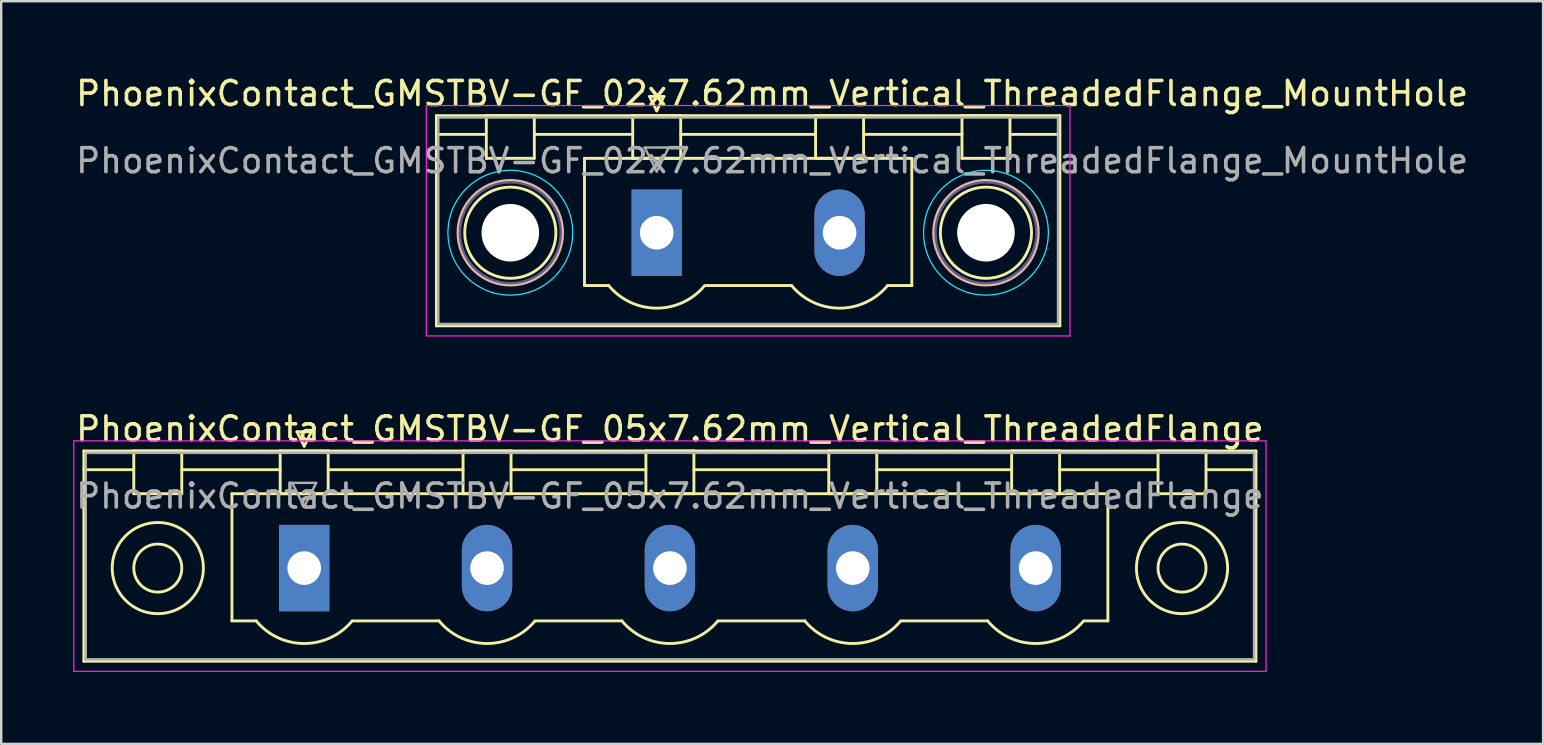
<source format=kicad_pcb>
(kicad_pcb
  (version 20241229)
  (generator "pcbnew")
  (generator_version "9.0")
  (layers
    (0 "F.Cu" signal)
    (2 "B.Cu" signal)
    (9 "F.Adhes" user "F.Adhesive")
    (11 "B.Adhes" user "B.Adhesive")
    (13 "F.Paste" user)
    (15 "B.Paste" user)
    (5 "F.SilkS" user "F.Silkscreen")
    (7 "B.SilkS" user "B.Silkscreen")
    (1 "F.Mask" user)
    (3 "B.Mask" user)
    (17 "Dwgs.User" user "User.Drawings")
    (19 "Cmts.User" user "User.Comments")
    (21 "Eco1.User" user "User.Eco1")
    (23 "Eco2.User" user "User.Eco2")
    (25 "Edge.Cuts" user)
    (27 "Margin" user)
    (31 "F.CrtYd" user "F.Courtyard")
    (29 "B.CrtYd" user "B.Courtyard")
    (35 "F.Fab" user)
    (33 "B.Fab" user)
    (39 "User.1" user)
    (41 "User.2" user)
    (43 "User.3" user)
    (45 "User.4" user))
  (footprint "PhoenixContact_GMSTBV-GF_05x7.62mm_Vertical_ThreadedFlange"
    (layer "F.Cu")
    (at 9.625 20.622)
    (property "Reference" "PhoenixContact_GMSTBV-GF_05x7.62mm_Vertical_ThreadedFlange" (at 15.24 -5.8 0) (layer "F.SilkS") (effects (font (size 1 1) (thickness 0.15))))
    (attr through_hole)
    (fp_line (start -9.18 -4.88) (end -9.18 3.88) (stroke (width 0.12) (type solid)) (layer "F.SilkS"))
    (fp_line (start -9.18 -4.1) (end -7.18 -4.1) (stroke (width 0.12) (type solid)) (layer "F.SilkS"))
    (fp_line (start -9.18 3.88) (end 39.66 3.88) (stroke (width 0.12) (type solid)) (layer "F.SilkS"))
    (fp_line (start -7.1 -4.88) (end -5.1 -4.88) (stroke (width 0.12) (type solid)) (layer "F.SilkS"))
    (fp_line (start -7.1 -3.1) (end -7.1 -4.88) (stroke (width 0.12) (type solid)) (layer "F.SilkS"))
    (fp_line (start -5.1 -4.88) (end -5.1 -3.1) (stroke (width 0.12) (type solid)) (layer "F.SilkS"))
    (fp_line (start -5.1 -4.1) (end -1 -4.1) (stroke (width 0.12) (type solid)) (layer "F.SilkS"))
    (fp_line (start -5.1 -3.1) (end -7.1 -3.1) (stroke (width 0.12) (type solid)) (layer "F.SilkS"))
    (fp_line (start -3.01 -3.1) (end 33.49 -3.1) (stroke (width 0.12) (type solid)) (layer "F.SilkS"))
    (fp_line (start -3.01 2.2) (end -3.01 -3.1) (stroke (width 0.12) (type solid)) (layer "F.SilkS"))
    (fp_line (start -2 2.2) (end -3.01 2.2) (stroke (width 0.12) (type solid)) (layer "F.SilkS"))
    (fp_line (start -1 -4.88) (end 1 -4.88) (stroke (width 0.12) (type solid)) (layer "F.SilkS"))
    (fp_line (start -1 -3.1) (end -1 -4.88) (stroke (width 0.12) (type solid)) (layer "F.SilkS"))
    (fp_line (start -0.3 -5.68) (end 0.3 -5.68) (stroke (width 0.12) (type solid)) (layer "F.SilkS"))
    (fp_line (start 0 -5.08) (end -0.3 -5.68) (stroke (width 0.12) (type solid)) (layer "F.SilkS"))
    (fp_line (start 0.3 -5.68) (end 0 -5.08) (stroke (width 0.12) (type solid)) (layer "F.SilkS"))
    (fp_line (start 1 -4.88) (end 1 -3.1) (stroke (width 0.12) (type solid)) (layer "F.SilkS"))
    (fp_line (start 1 -4.1) (end 6.62 -4.1) (stroke (width 0.12) (type solid)) (layer "F.SilkS"))
    (fp_line (start 1 -3.1) (end -1 -3.1) (stroke (width 0.12) (type solid)) (layer "F.SilkS"))
    (fp_line (start 2 2.2) (end 5.62 2.2) (stroke (width 0.12) (type solid)) (layer "F.SilkS"))
    (fp_line (start 6.62 -4.88) (end 8.62 -4.88) (stroke (width 0.12) (type solid)) (layer "F.SilkS"))
    (fp_line (start 6.62 -3.1) (end 6.62 -4.88) (stroke (width 0.12) (type solid)) (layer "F.SilkS"))
    (fp_line (start 8.62 -4.88) (end 8.62 -3.1) (stroke (width 0.12) (type solid)) (layer "F.SilkS"))
    (fp_line (start 8.62 -4.1) (end 14.24 -4.1) (stroke (width 0.12) (type solid)) (layer "F.SilkS"))
    (fp_line (start 8.62 -3.1) (end 6.62 -3.1) (stroke (width 0.12) (type solid)) (layer "F.SilkS"))
    (fp_line (start 9.62 2.2) (end 13.24 2.2) (stroke (width 0.12) (type solid)) (layer "F.SilkS"))
    (fp_line (start 14.24 -4.88) (end 16.24 -4.88) (stroke (width 0.12) (type solid)) (layer "F.SilkS"))
    (fp_line (start 14.24 -3.1) (end 14.24 -4.88) (stroke (width 0.12) (type solid)) (layer "F.SilkS"))
    (fp_line (start 16.24 -4.88) (end 16.24 -3.1) (stroke (width 0.12) (type solid)) (layer "F.SilkS"))
    (fp_line (start 16.24 -4.1) (end 21.86 -4.1) (stroke (width 0.12) (type solid)) (layer "F.SilkS"))
    (fp_line (start 16.24 -3.1) (end 14.24 -3.1) (stroke (width 0.12) (type solid)) (layer "F.SilkS"))
    (fp_line (start 17.24 2.2) (end 20.86 2.2) (stroke (width 0.12) (type solid)) (layer "F.SilkS"))
    (fp_line (start 21.86 -4.88) (end 23.86 -4.88) (stroke (width 0.12) (type solid)) (layer "F.SilkS"))
    (fp_line (start 21.86 -3.1) (end 21.86 -4.88) (stroke (width 0.12) (type solid)) (layer "F.SilkS"))
    (fp_line (start 23.86 -4.88) (end 23.86 -3.1) (stroke (width 0.12) (type solid)) (layer "F.SilkS"))
    (fp_line (start 23.86 -4.1) (end 29.48 -4.1) (stroke (width 0.12) (type solid)) (layer "F.SilkS"))
    (fp_line (start 23.86 -3.1) (end 21.86 -3.1) (stroke (width 0.12) (type solid)) (layer "F.SilkS"))
    (fp_line (start 24.86 2.2) (end 28.48 2.2) (stroke (width 0.12) (type solid)) (layer "F.SilkS"))
    (fp_line (start 29.48 -4.88) (end 31.48 -4.88) (stroke (width 0.12) (type solid)) (layer "F.SilkS"))
    (fp_line (start 29.48 -3.1) (end 29.48 -4.88) (stroke (width 0.12) (type solid)) (layer "F.SilkS"))
    (fp_line (start 31.48 -4.88) (end 31.48 -3.1) (stroke (width 0.12) (type solid)) (layer "F.SilkS"))
    (fp_line (start 31.48 -4.1) (end 35.58 -4.1) (stroke (width 0.12) (type solid)) (layer "F.SilkS"))
    (fp_line (start 31.48 -3.1) (end 29.48 -3.1) (stroke (width 0.12) (type solid)) (layer "F.SilkS"))
    (fp_line (start 33.49 -3.1) (end 33.49 2.2) (stroke (width 0.12) (type solid)) (layer "F.SilkS"))
    (fp_line (start 33.49 2.2) (end 32.48 2.2) (stroke (width 0.12) (type solid)) (layer "F.SilkS"))
    (fp_line (start 35.58 -4.88) (end 37.58 -4.88) (stroke (width 0.12) (type solid)) (layer "F.SilkS"))
    (fp_line (start 35.58 -3.1) (end 35.58 -4.88) (stroke (width 0.12) (type solid)) (layer "F.SilkS"))
    (fp_line (start 37.58 -4.88) (end 37.58 -3.1) (stroke (width 0.12) (type solid)) (layer "F.SilkS"))
    (fp_line (start 37.58 -3.1) (end 35.58 -3.1) (stroke (width 0.12) (type solid)) (layer "F.SilkS"))
    (fp_line (start 39.66 -4.88) (end -9.18 -4.88) (stroke (width 0.12) (type solid)) (layer "F.SilkS"))
    (fp_line (start 39.66 -4.1) (end 37.66 -4.1) (stroke (width 0.12) (type solid)) (layer "F.SilkS"))
    (fp_line (start 39.66 3.88) (end 39.66 -4.88) (stroke (width 0.12) (type solid)) (layer "F.SilkS"))
    (fp_arc (start 1.986842 2.215821) (mid -0.010289 3.142758) (end -2 2.2) (stroke (width 0.12) (type solid)) (layer "F.SilkS"))
    (fp_arc (start 9.606842 2.215821) (mid 7.609711 3.142758) (end 5.62 2.2) (stroke (width 0.12) (type solid)) (layer "F.SilkS"))
    (fp_arc (start 17.226842 2.215821) (mid 15.229711 3.142758) (end 13.24 2.2) (stroke (width 0.12) (type solid)) (layer "F.SilkS"))
    (fp_arc (start 24.846842 2.215821) (mid 22.849711 3.142758) (end 20.86 2.2) (stroke (width 0.12) (type solid)) (layer "F.SilkS"))
    (fp_arc (start 32.466842 2.215821) (mid 30.469711 3.142758) (end 28.48 2.2) (stroke (width 0.12) (type solid)) (layer "F.SilkS"))
    (fp_circle (center -6.1 0) (end -5.1 0) (stroke (width 0.12) (type solid)) (fill no) (layer "F.SilkS"))
    (fp_circle (center -6.1 0) (end -4.2 0) (stroke (width 0.12) (type solid)) (fill no) (layer "F.SilkS"))
    (fp_circle (center 36.58 0) (end 37.58 0) (stroke (width 0.12) (type solid)) (fill no) (layer "F.SilkS"))
    (fp_circle (center 36.58 0) (end 38.48 0) (stroke (width 0.12) (type solid)) (fill no) (layer "F.SilkS"))
    (fp_line (start -9.6 -5.3) (end -9.6 4.3) (stroke (width 0.05) (type solid)) (layer "F.CrtYd"))
    (fp_line (start -9.6 4.3) (end 40.08 4.3) (stroke (width 0.05) (type solid)) (layer "F.CrtYd"))
    (fp_line (start 40.08 -5.3) (end -9.6 -5.3) (stroke (width 0.05) (type solid)) (layer "F.CrtYd"))
    (fp_line (start 40.08 4.3) (end 40.08 -5.3) (stroke (width 0.05) (type solid)) (layer "F.CrtYd"))
    (fp_line (start -9.1 -4.8) (end -9.1 3.8) (stroke (width 0.1) (type solid)) (layer "F.Fab"))
    (fp_line (start -9.1 3.8) (end 39.58 3.8) (stroke (width 0.1) (type solid)) (layer "F.Fab"))
    (fp_line (start -0.5 -3.55) (end 0.5 -3.55) (stroke (width 0.1) (type solid)) (layer "F.Fab"))
    (fp_line (start 0 -2.55) (end -0.5 -3.55) (stroke (width 0.1) (type solid)) (layer "F.Fab"))
    (fp_line (start 0.5 -3.55) (end 0 -2.55) (stroke (width 0.1) (type solid)) (layer "F.Fab"))
    (fp_line (start 39.58 -4.8) (end -9.1 -4.8) (stroke (width 0.1) (type solid)) (layer "F.Fab"))
    (fp_line (start 39.58 3.8) (end 39.58 -4.8) (stroke (width 0.1) (type solid)) (layer "F.Fab"))
    (fp_text user "${REFERENCE}" (at 15.24 -3 0) (layer "F.Fab") (effects (font (size 1 1) (thickness 0.15))))
    (pad "1" thru_hole rect (at 0 0) (size 2.1 3.6) (drill 1.4) (layers "*.Cu" "*.Mask"))
    (pad "2" thru_hole oval (at 7.62 0) (size 2.1 3.6) (drill 1.4) (layers "*.Cu" "*.Mask"))
    (pad "3" thru_hole oval (at 15.24 0) (size 2.1 3.6) (drill 1.4) (layers "*.Cu" "*.Mask"))
    (pad "4" thru_hole oval (at 22.86 0) (size 2.1 3.6) (drill 1.4) (layers "*.Cu" "*.Mask"))
    (pad "5" thru_hole oval (at 30.48 0) (size 2.1 3.6) (drill 1.4) (layers "*.Cu" "*.Mask")))
  (footprint "PhoenixContact_GMSTBV-GF_02x7.62mm_Vertical_ThreadedFlange_MountHole"
    (layer "F.Cu")
    (at 24.315 6.648)
    (property "Reference" "PhoenixContact_GMSTBV-GF_02x7.62mm_Vertical_ThreadedFlange_MountHole" (at 4.81 -5.8 0) (layer "F.SilkS") (effects (font (size 1 1) (thickness 0.15))))
    (attr through_hole)
    (fp_line (start -9.18 -4.88) (end -9.18 3.88) (stroke (width 0.12) (type solid)) (layer "F.SilkS"))
    (fp_line (start -9.18 -4.1) (end -7.18 -4.1) (stroke (width 0.12) (type solid)) (layer "F.SilkS"))
    (fp_line (start -9.18 3.88) (end 16.8 3.88) (stroke (width 0.12) (type solid)) (layer "F.SilkS"))
    (fp_line (start -7.1 -4.88) (end -5.1 -4.88) (stroke (width 0.12) (type solid)) (layer "F.SilkS"))
    (fp_line (start -7.1 -3.1) (end -7.1 -4.88) (stroke (width 0.12) (type solid)) (layer "F.SilkS"))
    (fp_line (start -5.1 -4.88) (end -5.1 -3.1) (stroke (width 0.12) (type solid)) (layer "F.SilkS"))
    (fp_line (start -5.1 -4.1) (end -1 -4.1) (stroke (width 0.12) (type solid)) (layer "F.SilkS"))
    (fp_line (start -5.1 -3.1) (end -7.1 -3.1) (stroke (width 0.12) (type solid)) (layer "F.SilkS"))
    (fp_line (start -3.01 -3.1) (end 10.63 -3.1) (stroke (width 0.12) (type solid)) (layer "F.SilkS"))
    (fp_line (start -3.01 2.2) (end -3.01 -3.1) (stroke (width 0.12) (type solid)) (layer "F.SilkS"))
    (fp_line (start -2 2.2) (end -3.01 2.2) (stroke (width 0.12) (type solid)) (layer "F.SilkS"))
    (fp_line (start -1 -4.88) (end 1 -4.88) (stroke (width 0.12) (type solid)) (layer "F.SilkS"))
    (fp_line (start -1 -3.1) (end -1 -4.88) (stroke (width 0.12) (type solid)) (layer "F.SilkS"))
    (fp_line (start -0.3 -5.68) (end 0.3 -5.68) (stroke (width 0.12) (type solid)) (layer "F.SilkS"))
    (fp_line (start 0 -5.08) (end -0.3 -5.68) (stroke (width 0.12) (type solid)) (layer "F.SilkS"))
    (fp_line (start 0.3 -5.68) (end 0 -5.08) (stroke (width 0.12) (type solid)) (layer "F.SilkS"))
    (fp_line (start 1 -4.88) (end 1 -3.1) (stroke (width 0.12) (type solid)) (layer "F.SilkS"))
    (fp_line (start 1 -4.1) (end 6.62 -4.1) (stroke (width 0.12) (type solid)) (layer "F.SilkS"))
    (fp_line (start 1 -3.1) (end -1 -3.1) (stroke (width 0.12) (type solid)) (layer "F.SilkS"))
    (fp_line (start 2 2.2) (end 5.62 2.2) (stroke (width 0.12) (type solid)) (layer "F.SilkS"))
    (fp_line (start 6.62 -4.88) (end 8.62 -4.88) (stroke (width 0.12) (type solid)) (layer "F.SilkS"))
    (fp_line (start 6.62 -3.1) (end 6.62 -4.88) (stroke (width 0.12) (type solid)) (layer "F.SilkS"))
    (fp_line (start 8.62 -4.88) (end 8.62 -3.1) (stroke (width 0.12) (type solid)) (layer "F.SilkS"))
    (fp_line (start 8.62 -4.1) (end 12.72 -4.1) (stroke (width 0.12) (type solid)) (layer "F.SilkS"))
    (fp_line (start 8.62 -3.1) (end 6.62 -3.1) (stroke (width 0.12) (type solid)) (layer "F.SilkS"))
    (fp_line (start 10.63 -3.1) (end 10.63 2.2) (stroke (width 0.12) (type solid)) (layer "F.SilkS"))
    (fp_line (start 10.63 2.2) (end 9.62 2.2) (stroke (width 0.12) (type solid)) (layer "F.SilkS"))
    (fp_line (start 12.72 -4.88) (end 14.72 -4.88) (stroke (width 0.12) (type solid)) (layer "F.SilkS"))
    (fp_line (start 12.72 -3.1) (end 12.72 -4.88) (stroke (width 0.12) (type solid)) (layer "F.SilkS"))
    (fp_line (start 14.72 -4.88) (end 14.72 -3.1) (stroke (width 0.12) (type solid)) (layer "F.SilkS"))
    (fp_line (start 14.72 -3.1) (end 12.72 -3.1) (stroke (width 0.12) (type solid)) (layer "F.SilkS"))
    (fp_line (start 16.8 -4.88) (end -9.18 -4.88) (stroke (width 0.12) (type solid)) (layer "F.SilkS"))
    (fp_line (start 16.8 -4.1) (end 14.8 -4.1) (stroke (width 0.12) (type solid)) (layer "F.SilkS"))
    (fp_line (start 16.8 3.88) (end 16.8 -4.88) (stroke (width 0.12) (type solid)) (layer "F.SilkS"))
    (fp_arc (start 1.986842 2.215821) (mid -0.010289 3.142758) (end -2 2.2) (stroke (width 0.12) (type solid)) (layer "F.SilkS"))
    (fp_arc (start 9.606842 2.215821) (mid 7.609711 3.142758) (end 5.62 2.2) (stroke (width 0.12) (type solid)) (layer "F.SilkS"))
    (fp_circle (center -6.1 0) (end -4.2 0) (stroke (width 0.12) (type solid)) (fill no) (layer "F.SilkS"))
    (fp_circle (center 13.72 0) (end 15.62 0) (stroke (width 0.12) (type solid)) (fill no) (layer "F.SilkS"))
    (fp_circle (center -6.1 0) (end -3.92 0) (stroke (width 0.12) (type solid)) (fill no) (layer "B.SilkS"))
    (fp_circle (center 13.72 0) (end 15.9 0) (stroke (width 0.12) (type solid)) (fill no) (layer "B.SilkS"))
    (fp_circle (center -6.1 0) (end -3.5 0) (stroke (width 0.05) (type solid)) (fill no) (layer "B.CrtYd"))
    (fp_circle (center 13.72 0) (end 16.32 0) (stroke (width 0.05) (type solid)) (fill no) (layer "B.CrtYd"))
    (fp_line (start -9.6 -5.3) (end -9.6 4.3) (stroke (width 0.05) (type solid)) (layer "F.CrtYd"))
    (fp_line (start -9.6 4.3) (end 17.22 4.3) (stroke (width 0.05) (type solid)) (layer "F.CrtYd"))
    (fp_line (start 17.22 -5.3) (end -9.6 -5.3) (stroke (width 0.05) (type solid)) (layer "F.CrtYd"))
    (fp_line (start 17.22 4.3) (end 17.22 -5.3) (stroke (width 0.05) (type solid)) (layer "F.CrtYd"))
    (fp_circle (center -6.1 0) (end -4 0) (stroke (width 0.1) (type solid)) (fill no) (layer "B.Fab"))
    (fp_circle (center 13.72 0) (end 15.82 0) (stroke (width 0.1) (type solid)) (fill no) (layer "B.Fab"))
    (fp_line (start -9.1 -4.8) (end -9.1 3.8) (stroke (width 0.1) (type solid)) (layer "F.Fab"))
    (fp_line (start -9.1 3.8) (end 16.72 3.8) (stroke (width 0.1) (type solid)) (layer "F.Fab"))
    (fp_line (start -0.5 -3.55) (end 0.5 -3.55) (stroke (width 0.1) (type solid)) (layer "F.Fab"))
    (fp_line (start 0 -2.55) (end -0.5 -3.55) (stroke (width 0.1) (type solid)) (layer "F.Fab"))
    (fp_line (start 0.5 -3.55) (end 0 -2.55) (stroke (width 0.1) (type solid)) (layer "F.Fab"))
    (fp_line (start 16.72 -4.8) (end -9.1 -4.8) (stroke (width 0.1) (type solid)) (layer "F.Fab"))
    (fp_line (start 16.72 3.8) (end 16.72 -4.8) (stroke (width 0.1) (type solid)) (layer "F.Fab"))
    (fp_text user "${REFERENCE}" (at 4.81 -3 0) (layer "F.Fab") (effects (font (size 1 1) (thickness 0.15))))
    (pad "" np_thru_hole circle (at -6.1 0) (size 2.4 2.4) (drill 2.4) (layers "*.Cu" "*.Mask"))
    (pad "" np_thru_hole circle (at 13.72 0) (size 2.4 2.4) (drill 2.4) (layers "*.Cu" "*.Mask"))
    (pad "1" thru_hole rect (at 0 0) (size 2.1 3.6) (drill 1.4) (layers "*.Cu" "*.Mask"))
    (pad "2" thru_hole oval (at 7.62 0) (size 2.1 3.6) (drill 1.4) (layers "*.Cu" "*.Mask")))
  (gr_rect
    (start -3 -3)
    (end 61.25 27.947)
    (stroke (width 0.1) (type default))
    (fill no)
    (layer "Edge.Cuts")))
</source>
